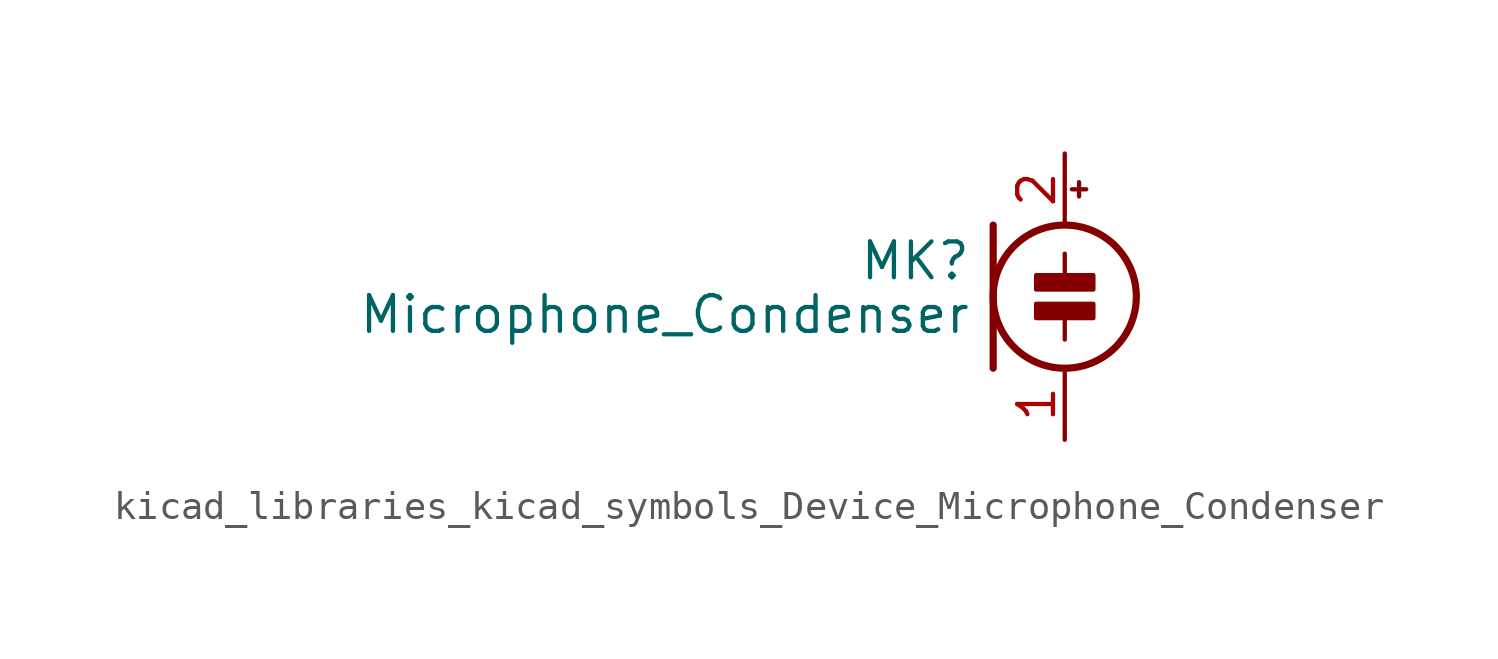
<source format=kicad_sym>
(kicad_symbol_lib
  (version 20220914)
  (generator kicad_symbol_editor)
  (symbol "kicad_libraries_kicad_symbols_Device_Microphone_Condenser"
    (pin_names
      (offset 0.025) hide)
    (property "Reference" "MK"
      (at -3.302 1.27 0)
      (effects (font (size 1.27 1.27)) (justify right)))
    (property "Value" "Microphone_Condenser"
      (at -3.302 -0.635 0)
      (effects (font (size 1.27 1.27)) (justify right)))
    (symbol "kicad_libraries_kicad_symbols_Device_Microphone_Condenser_0_1"
      (polyline (pts (xy -2.54 2.54) (xy -2.54 -2.54)) (stroke (width 0.254) (type default)) (fill (type none)))
      (polyline (pts (xy 0 -0.762) (xy 0 -1.524)) (stroke (width 0) (type default)) (fill (type none)))
      (polyline (pts (xy 0 0.762) (xy 0 1.524)) (stroke (width 0) (type default)) (fill (type none)))
      (polyline (pts (xy 0.254 3.81) (xy 0.762 3.81)) (stroke (width 0) (type default)) (fill (type none)))
      (polyline (pts (xy 0.508 4.064) (xy 0.508 3.556)) (stroke (width 0) (type default)) (fill (type none)))
      (circle (center 0 0) (radius 2.54) (stroke (width 0.254) (type default)) (fill (type none)))
      (rectangle (start 1.016 -0.254) (end -1.016 -0.762) (stroke (width 0) (type default)) (fill (type outline)))
      (rectangle (start 1.016 0.762) (end -1.016 0.254) (stroke (width 0) (type default)) (fill (type outline))))
    (symbol "kicad_libraries_kicad_symbols_Device_Microphone_Condenser_1_1"
      (pin passive line (at 0 -5.08 90) (length 2.54) (name "-" (effects (font (size 1.27 1.27)))) (number "1" (effects (font (size 1.27 1.27)))))
      (pin passive line (at 0 5.08 270) (length 2.54) (name "+" (effects (font (size 1.27 1.27)))) (number "2" (effects (font (size 1.27 1.27))))))))
</source>
